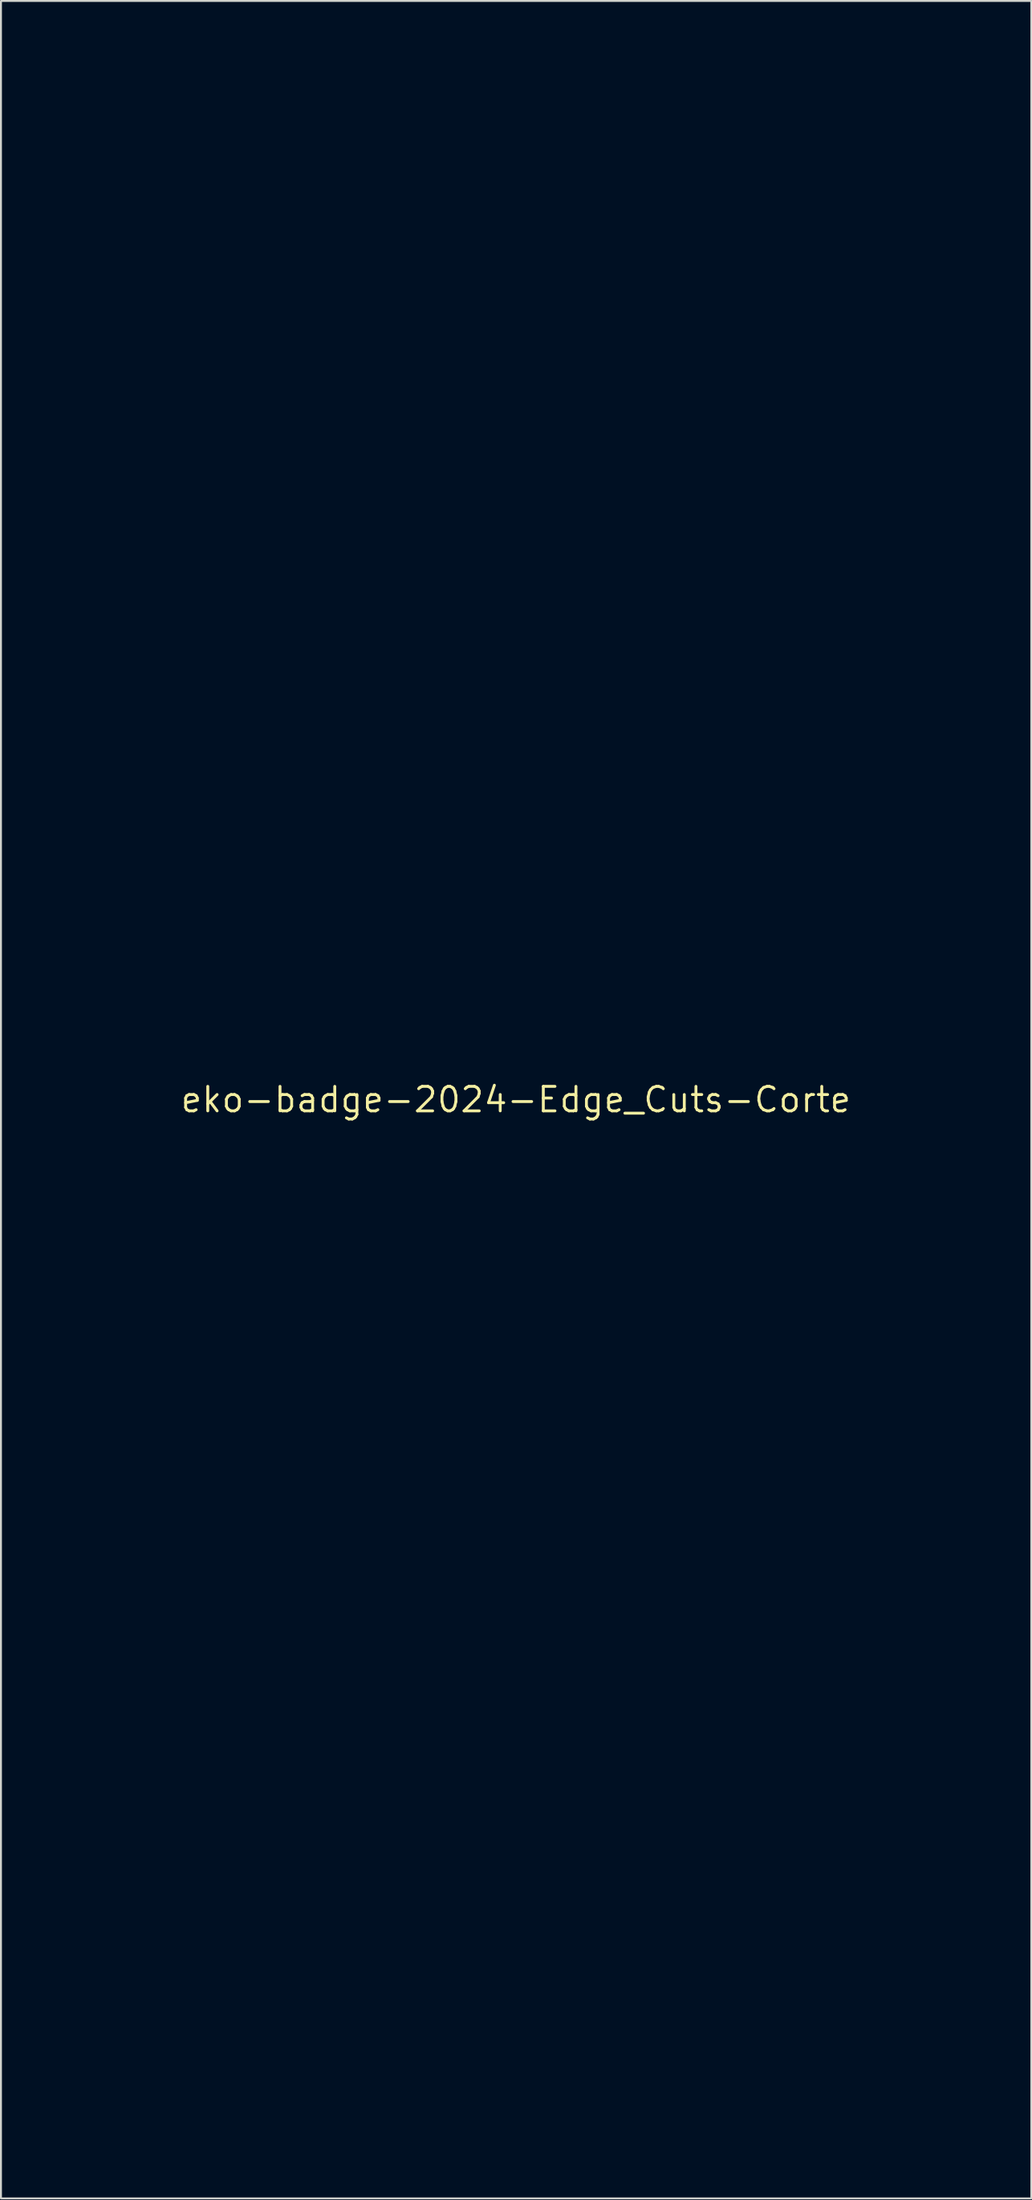
<source format=kicad_pcb>
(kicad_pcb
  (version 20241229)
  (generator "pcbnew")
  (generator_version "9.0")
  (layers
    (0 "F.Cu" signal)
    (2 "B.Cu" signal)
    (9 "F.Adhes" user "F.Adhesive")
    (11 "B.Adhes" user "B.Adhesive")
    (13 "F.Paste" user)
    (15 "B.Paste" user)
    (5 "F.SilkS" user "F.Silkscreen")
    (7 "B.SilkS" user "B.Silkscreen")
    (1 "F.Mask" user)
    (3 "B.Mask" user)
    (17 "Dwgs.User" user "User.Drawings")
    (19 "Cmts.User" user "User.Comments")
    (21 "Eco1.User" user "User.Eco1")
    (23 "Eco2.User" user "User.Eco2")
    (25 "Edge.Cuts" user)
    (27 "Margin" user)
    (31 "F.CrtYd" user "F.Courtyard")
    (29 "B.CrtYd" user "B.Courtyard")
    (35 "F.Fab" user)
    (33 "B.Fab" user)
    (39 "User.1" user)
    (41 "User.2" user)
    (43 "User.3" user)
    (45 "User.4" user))
  (footprint "eko-badge-2024-Edge_Cuts-Corte"
    (layer "F.Cu")
    (at 23.731 54.001)
    (property "Reference" "eko-badge-2024-Edge_Cuts-Corte" (at 0 0 0) (layer "F.SilkS") (effects (font (size 1.27 1.27) (thickness 0.15))))
    (attr through_hole)
    (fp_poly (pts (xy 19.688 -53.977) (xy 19.915 -53.921) (xy 20.122 -53.828) (xy 20.309 -53.7) (xy 20.474 -53.537) (xy 20.617 -53.34) (xy 20.736 -53.109) (xy 20.831 -52.847) (xy 20.899 -52.566) (xy 20.914 -52.483) (xy 20.932 -52.371) (xy 20.951 -52.243) (xy 20.97 -52.111) (xy 20.976 -52.07) (xy 20.996 -51.934) (xy 21.022 -51.792) (xy 21.049 -51.659) (xy 21.075 -51.55) (xy 21.081 -51.528) (xy 21.132 -51.341) (xy 21.18 -51.139) (xy 21.229 -50.916) (xy 21.279 -50.663) (xy 21.326 -50.408) (xy 21.353 -50.257) (xy 21.385 -50.077) (xy 21.42 -49.883) (xy 21.455 -49.689) (xy 21.488 -49.507) (xy 21.495 -49.467) (xy 21.567 -49.048) (xy 21.629 -48.656) (xy 21.68 -48.28) (xy 21.723 -47.907) (xy 21.759 -47.523) (xy 21.791 -47.117) (xy 21.811 -46.828) (xy 21.829 -46.576) (xy 21.846 -46.355) (xy 21.862 -46.16) (xy 21.877 -45.986) (xy 21.892 -45.826) (xy 21.908 -45.676) (xy 21.924 -45.53) (xy 21.942 -45.382) (xy 21.963 -45.227) (xy 21.982 -45.084) (xy 22.014 -44.839) (xy 22.041 -44.588) (xy 22.064 -44.324) (xy 22.083 -44.041) (xy 22.1 -43.733) (xy 22.114 -43.391) (xy 22.119 -43.226) (xy 22.127 -42.971) (xy 22.13 -42.734) (xy 22.13 -42.508) (xy 22.127 -42.284) (xy 22.119 -42.056) (xy 22.107 -41.815) (xy 22.091 -41.555) (xy 22.069 -41.267) (xy 22.044 -40.958) (xy 22.022 -40.7) (xy 22.002 -40.478) (xy 21.982 -40.283) (xy 21.963 -40.107) (xy 21.942 -39.943) (xy 21.921 -39.783) (xy 21.896 -39.62) (xy 21.868 -39.446) (xy 21.866 -39.434) (xy 21.83 -39.218) (xy 21.802 -39.037) (xy 21.779 -38.882) (xy 21.761 -38.747) (xy 21.746 -38.623) (xy 21.735 -38.503) (xy 21.726 -38.38) (xy 21.718 -38.246) (xy 21.716 -38.221) (xy 21.701 -37.992) (xy 21.68 -37.77) (xy 21.651 -37.547) (xy 21.614 -37.311) (xy 21.567 -37.054) (xy 21.514 -36.788) (xy 21.481 -36.627) (xy 21.446 -36.455) (xy 21.411 -36.285) (xy 21.381 -36.13) (xy 21.356 -36.005) (xy 21.257 -35.537) (xy 21.144 -35.091) (xy 21.011 -34.648) (xy 20.86 -34.207) (xy 20.817 -34.087) (xy 20.781 -33.983) (xy 20.752 -33.888) (xy 20.728 -33.795) (xy 20.706 -33.696) (xy 20.685 -33.584) (xy 20.663 -33.451) (xy 20.64 -33.289) (xy 20.617 -33.131) (xy 20.58 -32.883) (xy 20.543 -32.667) (xy 20.502 -32.477) (xy 20.456 -32.303) (xy 20.403 -32.137) (xy 20.341 -31.97) (xy 20.29 -31.848) (xy 20.24 -31.729) (xy 20.179 -31.581) (xy 20.112 -31.418) (xy 20.045 -31.251) (xy 19.981 -31.091) (xy 19.97 -31.062) (xy 19.913 -30.923) (xy 19.84 -30.753) (xy 19.755 -30.558) (xy 19.66 -30.345) (xy 19.559 -30.12) (xy 19.454 -29.892) (xy 19.348 -29.665) (xy 19.245 -29.447) (xy 19.148 -29.244) (xy 19.06 -29.063) (xy 18.983 -28.911) (xy 18.965 -28.877) (xy 18.905 -28.767) (xy 18.827 -28.627) (xy 18.734 -28.465) (xy 18.629 -28.285) (xy 18.517 -28.096) (xy 18.401 -27.902) (xy 18.286 -27.711) (xy 18.174 -27.529) (xy 18.07 -27.361) (xy 17.977 -27.216) (xy 17.932 -27.146) (xy 17.845 -27.01) (xy 17.75 -26.856) (xy 17.656 -26.699) (xy 17.573 -26.554) (xy 17.535 -26.486) (xy 17.471 -26.371) (xy 17.409 -26.259) (xy 17.352 -26.161) (xy 17.308 -26.085) (xy 17.287 -26.052) (xy 17.223 -25.958) (xy 17.145 -25.854) (xy 17.062 -25.751) (xy 16.982 -25.658) (xy 16.912 -25.584) (xy 16.87 -25.546) (xy 16.828 -25.508) (xy 16.8 -25.468) (xy 16.779 -25.414) (xy 16.76 -25.332) (xy 16.757 -25.319) (xy 16.718 -25.112) (xy 16.687 -24.905) (xy 16.666 -24.693) (xy 16.653 -24.471) (xy 16.648 -24.233) (xy 16.652 -23.976) (xy 16.665 -23.693) (xy 16.685 -23.38) (xy 16.714 -23.031) (xy 16.721 -22.955) (xy 16.744 -22.703) (xy 16.765 -22.475) (xy 16.783 -22.263) (xy 16.8 -22.059) (xy 16.815 -21.857) (xy 16.831 -21.647) (xy 16.847 -21.422) (xy 16.863 -21.175) (xy 16.881 -20.897) (xy 16.891 -20.743) (xy 16.912 -20.412) (xy 16.932 -20.119) (xy 16.949 -19.859) (xy 16.966 -19.629) (xy 16.982 -19.423) (xy 16.998 -19.239) (xy 17.013 -19.071) (xy 17.029 -18.915) (xy 17.045 -18.767) (xy 17.061 -18.634) (xy 17.08 -18.485) (xy 17.096 -18.371) (xy 17.113 -18.287) (xy 17.131 -18.225) (xy 17.151 -18.179) (xy 17.177 -18.142) (xy 17.192 -18.124) (xy 17.237 -18.076) (xy 19.338 -18.076) (xy 19.684 -18.076) (xy 19.99 -18.076) (xy 20.259 -18.076) (xy 20.493 -18.075) (xy 20.696 -18.075) (xy 20.869 -18.074) (xy 21.016 -18.072) (xy 21.138 -18.071) (xy 21.239 -18.069) (xy 21.321 -18.066) (xy 21.386 -18.063) (xy 21.438 -18.059) (xy 21.478 -18.055) (xy 21.51 -18.05) (xy 21.536 -18.045) (xy 21.559 -18.039) (xy 21.562 -18.038) (xy 21.735 -17.962) (xy 21.888 -17.853) (xy 22.015 -17.715) (xy 22.112 -17.554) (xy 22.175 -17.375) (xy 22.183 -17.338) (xy 22.187 -17.294) (xy 22.19 -17.212) (xy 22.194 -17.097) (xy 22.197 -16.952) (xy 22.199 -16.782) (xy 22.201 -16.591) (xy 22.202 -16.384) (xy 22.203 -16.164) (xy 22.204 -15.937) (xy 22.204 -15.707) (xy 22.204 -15.477) (xy 22.203 -15.252) (xy 22.202 -15.037) (xy 22.2 -14.835) (xy 22.198 -14.651) (xy 22.196 -14.49) (xy 22.193 -14.355) (xy 22.189 -14.252) (xy 22.185 -14.183) (xy 22.183 -14.16) (xy 22.126 -13.975) (xy 22.032 -13.807) (xy 21.951 -13.709) (xy 21.84 -13.606) (xy 21.721 -13.528) (xy 21.587 -13.474) (xy 21.432 -13.439) (xy 21.248 -13.422) (xy 21.123 -13.42) (xy 20.855 -13.42) (xy 20.843 -13.192) (xy 20.814 -12.954) (xy 20.75 -12.74) (xy 20.653 -12.55) (xy 20.519 -12.381) (xy 20.381 -12.255) (xy 20.28 -12.175) (xy 20.376 -12.151) (xy 20.545 -12.09) (xy 20.712 -11.996) (xy 20.869 -11.876) (xy 21.005 -11.738) (xy 21.112 -11.59) (xy 21.142 -11.534) (xy 21.224 -11.318) (xy 21.27 -11.088) (xy 21.277 -10.851) (xy 21.246 -10.614) (xy 21.232 -10.553) (xy 21.188 -10.386) (xy 21.438 -10.13) (xy 21.554 -10.009) (xy 21.661 -9.892) (xy 21.763 -9.773) (xy 21.865 -9.647) (xy 21.971 -9.509) (xy 22.084 -9.352) (xy 22.209 -9.173) (xy 22.351 -8.964) (xy 22.414 -8.87) (xy 22.554 -8.661) (xy 22.672 -8.482) (xy 22.772 -8.329) (xy 22.856 -8.196) (xy 22.928 -8.079) (xy 22.99 -7.974) (xy 23.046 -7.875) (xy 23.098 -7.778) (xy 23.144 -7.686) (xy 23.222 -7.525) (xy 23.289 -7.373) (xy 23.346 -7.224) (xy 23.397 -7.069) (xy 23.443 -6.901) (xy 23.488 -6.712) (xy 23.532 -6.494) (xy 23.567 -6.308) (xy 23.609 -6.08) (xy 23.643 -5.886) (xy 23.67 -5.722) (xy 23.692 -5.579) (xy 23.708 -5.452) (xy 23.721 -5.334) (xy 23.73 -5.219) (xy 23.736 -5.1) (xy 23.741 -4.97) (xy 23.743 -4.904) (xy 23.746 -4.686) (xy 23.744 -4.5) (xy 23.734 -4.34) (xy 23.717 -4.195) (xy 23.692 -4.056) (xy 23.657 -3.916) (xy 23.654 -3.907) (xy 23.611 -3.763) (xy 23.564 -3.634) (xy 23.511 -3.514) (xy 23.447 -3.395) (xy 23.368 -3.271) (xy 23.269 -3.135) (xy 23.148 -2.978) (xy 23.079 -2.893) (xy 22.923 -2.7) (xy 22.792 -2.536) (xy 22.684 -2.397) (xy 22.595 -2.28) (xy 22.523 -2.18) (xy 22.465 -2.094) (xy 22.42 -2.019) (xy 22.384 -1.951) (xy 22.355 -1.885) (xy 22.33 -1.819) (xy 22.327 -1.81) (xy 22.31 -1.753) (xy 22.299 -1.693) (xy 22.294 -1.624) (xy 22.295 -1.54) (xy 22.301 -1.438) (xy 22.315 -1.311) (xy 22.335 -1.154) (xy 22.362 -0.963) (xy 22.373 -0.889) (xy 22.415 -0.567) (xy 22.442 -0.279) (xy 22.453 -0.021) (xy 22.447 0.212) (xy 22.426 0.424) (xy 22.389 0.62) (xy 22.382 0.649) (xy 22.296 0.91) (xy 22.175 1.154) (xy 22.021 1.374) (xy 21.916 1.492) (xy 21.789 1.609) (xy 21.628 1.738) (xy 21.437 1.878) (xy 21.221 2.024) (xy 20.984 2.173) (xy 20.732 2.322) (xy 20.468 2.468) (xy 20.448 2.479) (xy 20.336 2.54) (xy 20.238 2.595) (xy 20.161 2.641) (xy 20.108 2.674) (xy 20.087 2.692) (xy 20.087 2.693) (xy 20.091 2.719) (xy 20.102 2.78) (xy 20.119 2.868) (xy 20.14 2.976) (xy 20.16 3.076) (xy 20.221 3.401) (xy 20.266 3.691) (xy 20.296 3.953) (xy 20.311 4.192) (xy 20.313 4.413) (xy 20.3 4.621) (xy 20.3 4.625) (xy 20.274 4.85) (xy 20.239 5.039) (xy 20.194 5.198) (xy 20.133 5.333) (xy 20.055 5.451) (xy 19.957 5.558) (xy 19.835 5.659) (xy 19.741 5.724) (xy 19.592 5.816) (xy 19.441 5.895) (xy 19.277 5.964) (xy 19.094 6.027) (xy 18.881 6.087) (xy 18.772 6.114) (xy 18.533 6.173) (xy 18.358 6.542) (xy 18.167 6.948) (xy 17.995 7.321) (xy 17.842 7.662) (xy 17.705 7.974) (xy 17.584 8.261) (xy 17.478 8.525) (xy 17.385 8.769) (xy 17.305 8.996) (xy 17.236 9.209) (xy 17.177 9.41) (xy 17.127 9.603) (xy 17.09 9.765) (xy 17.065 9.897) (xy 17.047 10.027) (xy 17.034 10.167) (xy 17.026 10.332) (xy 17.025 10.382) (xy 17.014 10.742) (xy 17.176 11.451) (xy 17.262 11.833) (xy 17.337 12.178) (xy 17.401 12.491) (xy 17.456 12.774) (xy 17.501 13.031) (xy 17.538 13.268) (xy 17.566 13.486) (xy 17.586 13.691) (xy 17.6 13.886) (xy 17.606 14.075) (xy 17.607 14.262) (xy 17.602 14.446) (xy 17.593 14.67) (xy 17.584 14.857) (xy 17.576 15.011) (xy 17.568 15.136) (xy 17.558 15.238) (xy 17.547 15.322) (xy 17.534 15.392) (xy 17.518 15.452) (xy 17.498 15.508) (xy 17.475 15.564) (xy 17.461 15.595) (xy 17.381 15.734) (xy 17.272 15.863) (xy 17.144 15.976) (xy 17.003 16.069) (xy 16.858 16.134) (xy 16.716 16.168) (xy 16.663 16.171) (xy 16.616 16.176) (xy 16.597 16.197) (xy 16.595 16.225) (xy 16.598 16.277) (xy 16.608 16.367) (xy 16.624 16.492) (xy 16.646 16.648) (xy 16.672 16.833) (xy 16.703 17.042) (xy 16.738 17.273) (xy 16.776 17.522) (xy 16.817 17.786) (xy 16.86 18.06) (xy 16.905 18.343) (xy 16.951 18.629) (xy 16.998 18.917) (xy 17.044 19.203) (xy 17.09 19.482) (xy 17.135 19.753) (xy 17.179 20.011) (xy 17.221 20.253) (xy 17.259 20.475) (xy 17.295 20.675) (xy 17.327 20.849) (xy 17.355 20.993) (xy 17.368 21.058) (xy 17.495 21.642) (xy 17.637 22.222) (xy 17.791 22.794) (xy 17.955 23.352) (xy 18.129 23.89) (xy 18.309 24.404) (xy 18.496 24.888) (xy 18.687 25.337) (xy 18.769 25.516) (xy 18.837 25.663) (xy 18.89 25.779) (xy 18.929 25.874) (xy 18.957 25.955) (xy 18.976 26.031) (xy 18.987 26.109) (xy 18.992 26.2) (xy 18.994 26.31) (xy 18.995 26.448) (xy 18.995 26.592) (xy 18.994 26.703) (xy 18.991 26.787) (xy 18.984 26.854) (xy 18.974 26.912) (xy 18.96 26.968) (xy 18.948 27.009) (xy 18.865 27.216) (xy 18.754 27.405) (xy 18.619 27.57) (xy 18.465 27.704) (xy 18.33 27.786) (xy 18.183 27.848) (xy 18.021 27.897) (xy 17.859 27.929) (xy 17.724 27.94) (xy 17.677 27.939) (xy 17.641 27.939) (xy 17.616 27.946) (xy 17.6 27.965) (xy 17.594 28) (xy 17.594 28.057) (xy 17.601 28.141) (xy 17.614 28.256) (xy 17.632 28.408) (xy 17.633 28.416) (xy 17.669 28.714) (xy 17.714 29.049) (xy 17.767 29.416) (xy 17.827 29.813) (xy 17.893 30.235) (xy 17.966 30.678) (xy 18.043 31.138) (xy 18.125 31.61) (xy 18.21 32.091) (xy 18.299 32.576) (xy 18.389 33.062) (xy 18.481 33.544) (xy 18.574 34.019) (xy 18.666 34.482) (xy 18.758 34.929) (xy 18.848 35.356) (xy 18.936 35.759) (xy 18.97 35.909) (xy 19.009 36.081) (xy 19.039 36.218) (xy 19.061 36.328) (xy 19.077 36.418) (xy 19.088 36.495) (xy 19.095 36.566) (xy 19.098 36.638) (xy 19.1 36.718) (xy 19.1 36.767) (xy 19.097 36.938) (xy 19.084 37.08) (xy 19.059 37.206) (xy 19.019 37.328) (xy 18.962 37.46) (xy 18.954 37.476) (xy 18.833 37.678) (xy 18.678 37.857) (xy 18.488 38.012) (xy 18.263 38.144) (xy 18.002 38.254) (xy 17.849 38.303) (xy 17.851 38.321) (xy 17.878 38.366) (xy 17.927 38.433) (xy 17.995 38.517) (xy 18.004 38.528) (xy 18.297 38.905) (xy 18.574 39.316) (xy 18.834 39.757) (xy 19.075 40.221) (xy 19.292 40.703) (xy 19.484 41.197) (xy 19.648 41.697) (xy 19.782 42.198) (xy 19.841 42.472) (xy 19.882 42.688) (xy 19.914 42.876) (xy 19.937 43.047) (xy 19.953 43.212) (xy 19.963 43.384) (xy 19.968 43.574) (xy 19.969 43.752) (xy 19.967 43.973) (xy 19.961 44.16) (xy 19.95 44.32) (xy 19.932 44.462) (xy 19.908 44.592) (xy 19.876 44.718) (xy 19.868 44.743) (xy 19.854 44.807) (xy 19.853 44.87) (xy 19.866 44.95) (xy 19.869 44.965) (xy 19.889 45.099) (xy 19.898 45.257) (xy 19.897 45.425) (xy 19.886 45.587) (xy 19.866 45.729) (xy 19.855 45.773) (xy 19.775 46.008) (xy 19.659 46.219) (xy 19.51 46.405) (xy 19.326 46.566) (xy 19.107 46.702) (xy 18.855 46.814) (xy 18.77 46.843) (xy 18.627 46.89) (xy 18.664 46.937) (xy 18.89 47.236) (xy 19.086 47.514) (xy 19.256 47.775) (xy 19.404 48.025) (xy 19.531 48.271) (xy 19.641 48.517) (xy 19.737 48.769) (xy 19.823 49.034) (xy 19.841 49.096) (xy 19.909 49.358) (xy 19.963 49.622) (xy 20.002 49.891) (xy 20.027 50.17) (xy 20.038 50.464) (xy 20.035 50.776) (xy 20.017 51.11) (xy 19.985 51.471) (xy 19.939 51.864) (xy 19.879 52.291) (xy 19.874 52.324) (xy 19.83 52.613) (xy 19.794 52.864) (xy 19.763 53.081) (xy 19.738 53.268) (xy 19.718 53.427) (xy 19.703 53.564) (xy 19.693 53.682) (xy 19.69 53.71) (xy 19.674 53.922) (xy 13.335 53.936) (xy 11.861 53.94) (xy 10.413 53.943) (xy 8.991 53.946) (xy 7.597 53.949) (xy 6.23 53.952) (xy 4.892 53.955) (xy 3.581 53.958) (xy 2.299 53.96) (xy 1.046 53.963) (xy -0.178 53.965) (xy -1.372 53.968) (xy -2.535 53.97) (xy -3.669 53.972) (xy -4.771 53.974) (xy -5.842 53.976) (xy -6.882 53.978) (xy -7.889 53.98) (xy -8.864 53.982) (xy -9.807 53.983) (xy -10.716 53.985) (xy -11.592 53.986) (xy -12.434 53.988) (xy -13.242 53.989) (xy -14.015 53.99) (xy -14.753 53.991) (xy -15.456 53.992) (xy -16.123 53.993) (xy -16.753 53.994) (xy -17.348 53.994) (xy -17.905 53.995) (xy -18.425 53.995) (xy -18.908 53.995) (xy -19.353 53.996) (xy -19.759 53.996) (xy -20.126 53.996) (xy -20.455 53.995) (xy -20.744 53.995) (xy -20.993 53.995) (xy -21.201 53.994) (xy -21.369 53.994) (xy -21.496 53.993) (xy -21.582 53.992) (xy -21.626 53.991) (xy -21.632 53.991) (xy -21.636 53.969) (xy -21.647 53.914) (xy -21.662 53.834) (xy -21.681 53.735) (xy -21.684 53.721) (xy -21.774 53.149) (xy -21.823 52.569) (xy -21.831 51.984) (xy -21.798 51.393) (xy -21.725 50.799) (xy -21.709 50.715) (xy -11.832 50.715) (xy -11.832 53.192) (xy 10.901 53.192) (xy 10.901 50.715) (xy -11.832 50.715) (xy -21.709 50.715) (xy -21.61 50.203) (xy -21.456 49.607) (xy -21.261 49.013) (xy -21.196 48.84) (xy -21.082 48.541) (xy -21.133 48.237) (xy -21.187 47.807) (xy -21.201 47.389) (xy -21.176 46.983) (xy -21.113 46.592) (xy -21.021 46.249) (xy -20.962 46.065) (xy -21.055 45.941) (xy -21.177 45.759) (xy -21.264 45.575) (xy -21.322 45.379) (xy -21.351 45.163) (xy -21.356 44.992) (xy -21.349 44.789) (xy -21.327 44.612) (xy -21.288 44.446) (xy -21.251 44.334) (xy -21.223 44.236) (xy -21.216 44.142) (xy -21.23 44.047) (xy -21.268 43.943) (xy -21.332 43.826) (xy -21.424 43.688) (xy -21.49 43.599) (xy -21.615 43.425) (xy -21.714 43.273) (xy -21.791 43.134) (xy -21.848 43.002) (xy -21.891 42.869) (xy -21.919 42.743) (xy -21.941 42.602) (xy -21.948 42.471) (xy -21.94 42.336) (xy -21.917 42.177) (xy -21.872 41.965) (xy -21.814 41.768) (xy -21.739 41.576) (xy -21.641 41.378) (xy -21.517 41.165) (xy -21.474 41.095) (xy -21.35 40.891) (xy -21.251 40.707) (xy -21.174 40.533) (xy -21.115 40.359) (xy -21.07 40.175) (xy -21.034 39.97) (xy -21.03 39.937) (xy -21.006 39.796) (xy -20.977 39.681) (xy -20.936 39.58) (xy -20.877 39.481) (xy -20.796 39.373) (xy -20.733 39.298) (xy -20.667 39.22) (xy -20.61 39.15) (xy -20.568 39.095) (xy -20.55 39.068) (xy -20.538 39.03) (xy -20.525 38.961) (xy -20.51 38.869) (xy -20.498 38.768) (xy -20.462 38.519) (xy -20.411 38.301) (xy -20.342 38.104) (xy -20.251 37.919) (xy -20.134 37.737) (xy -20.1 37.689) (xy -19.981 37.529) (xy -19.981 37.354) (xy -19.972 37.139) (xy -19.947 36.911) (xy -19.908 36.694) (xy -19.898 36.651) (xy -19.861 36.494) (xy -20.038 36.439) (xy -20.225 36.369) (xy -20.411 36.278) (xy -20.589 36.171) (xy -20.752 36.053) (xy -20.894 35.929) (xy -21.007 35.803) (xy -21.081 35.688) (xy -21.124 35.582) (xy -21.156 35.457) (xy -21.176 35.329) (xy -21.179 35.216) (xy -21.177 35.19) (xy -21.163 35.098) (xy -21.144 34.997) (xy -21.12 34.885) (xy -21.09 34.759) (xy -21.052 34.615) (xy -21.006 34.452) (xy -20.952 34.267) (xy -20.888 34.057) (xy -20.814 33.818) (xy -20.728 33.55) (xy -20.631 33.249) (xy -20.521 32.911) (xy -20.453 32.703) (xy -20.378 32.476) (xy -20.307 32.256) (xy -20.239 32.047) (xy -20.176 31.854) (xy -20.12 31.681) (xy -20.072 31.531) (xy -20.034 31.409) (xy -20.006 31.319) (xy -19.989 31.265) (xy -19.989 31.263) (xy -19.96 31.151) (xy -19.931 31.029) (xy -19.903 30.89) (xy -19.875 30.731) (xy -19.844 30.544) (xy -19.81 30.325) (xy -19.78 30.12) (xy -19.75 29.909) (xy -19.724 29.735) (xy -19.703 29.593) (xy -19.684 29.479) (xy -19.669 29.386) (xy -19.655 29.311) (xy -19.651 29.291) (xy -19.649 29.259) (xy -19.662 29.234) (xy -19.697 29.207) (xy -19.763 29.17) (xy -19.769 29.166) (xy -19.934 29.055) (xy -20.075 28.913) (xy -20.187 28.746) (xy -20.267 28.56) (xy -20.311 28.36) (xy -20.32 28.224) (xy -20.316 28.135) (xy -20.304 28.044) (xy -20.28 27.943) (xy -20.244 27.823) (xy -20.193 27.677) (xy -20.161 27.591) (xy -20.124 27.492) (xy -20.077 27.361) (xy -20.022 27.207) (xy -19.962 27.039) (xy -19.901 26.865) (xy -19.842 26.693) (xy -19.837 26.681) (xy -19.722 26.347) (xy -19.618 26.05) (xy -19.526 25.787) (xy -19.442 25.553) (xy -19.367 25.346) (xy -19.298 25.162) (xy -19.234 24.997) (xy -19.175 24.849) (xy -19.118 24.713) (xy -19.063 24.586) (xy -19.008 24.466) (xy -18.952 24.347) (xy -18.924 24.289) (xy -18.758 23.95) (xy -18.802 23.791) (xy -18.825 23.678) (xy -18.84 23.535) (xy -18.849 23.372) (xy -18.851 23.203) (xy -18.845 23.038) (xy -18.832 22.89) (xy -18.812 22.768) (xy -18.809 22.754) (xy -18.764 22.597) (xy -18.711 22.446) (xy -18.647 22.292) (xy -18.566 22.129) (xy -18.468 21.95) (xy -18.347 21.748) (xy -18.287 21.652) (xy -18.217 21.538) (xy -18.15 21.429) (xy -18.093 21.332) (xy -18.049 21.256) (xy -18.027 21.215) (xy -18.007 21.167) (xy -17.979 21.084) (xy -17.946 20.972) (xy -17.907 20.84) (xy -17.867 20.692) (xy -17.826 20.536) (xy -17.824 20.529) (xy -17.774 20.337) (xy -17.718 20.121) (xy -17.659 19.895) (xy -17.601 19.674) (xy -17.547 19.473) (xy -17.525 19.389) (xy -17.442 19.074) (xy -17.372 18.797) (xy -17.314 18.552) (xy -17.266 18.336) (xy -17.229 18.146) (xy -17.201 17.977) (xy -17.197 17.949) (xy -17.173 17.799) (xy -17.139 17.61) (xy -17.094 17.384) (xy -17.041 17.124) (xy -16.978 16.832) (xy -16.906 16.51) (xy -16.903 16.495) (xy -16.844 16.23) (xy -16.797 16.001) (xy -16.761 15.802) (xy -16.736 15.628) (xy -16.721 15.474) (xy -16.717 15.336) (xy -16.723 15.207) (xy -16.74 15.082) (xy -16.766 14.957) (xy -16.801 14.826) (xy -16.831 14.732) (xy -16.854 14.662) (xy -16.872 14.61) (xy -16.882 14.587) (xy -16.882 14.587) (xy -16.902 14.592) (xy -16.951 14.612) (xy -17.017 14.643) (xy -17.03 14.649) (xy -17.192 14.707) (xy -17.37 14.732) (xy -17.552 14.723) (xy -17.727 14.682) (xy -17.875 14.614) (xy -17.96 14.557) (xy -18.04 14.488) (xy -18.117 14.401) (xy -18.195 14.293) (xy -18.278 14.158) (xy -18.37 13.991) (xy -18.435 13.865) (xy -18.65 13.397) (xy -18.828 12.915) (xy -18.97 12.415) (xy -19.078 11.893) (xy -19.125 11.578) (xy -19.141 11.432) (xy -19.153 11.252) (xy -19.163 11.05) (xy -19.17 10.833) (xy -19.173 10.612) (xy -19.173 10.396) (xy -19.169 10.194) (xy -19.162 10.017) (xy -19.157 9.948) (xy -19.091 9.318) (xy -18.987 8.692) (xy -18.845 8.069) (xy -18.665 7.445) (xy -18.445 6.817) (xy -18.186 6.183) (xy -18.083 5.955) (xy -17.946 5.655) (xy -18.052 5.516) (xy -18.104 5.448) (xy -18.146 5.39) (xy -18.172 5.353) (xy -18.176 5.348) (xy -18.196 5.335) (xy -18.242 5.325) (xy -18.319 5.316) (xy -18.431 5.309) (xy -18.5 5.306) (xy -18.79 5.282) (xy -19.052 5.235) (xy -19.296 5.162) (xy -19.532 5.06) (xy -19.671 4.986) (xy -19.919 4.822) (xy -20.136 4.63) (xy -20.319 4.412) (xy -20.469 4.171) (xy -20.583 3.907) (xy -20.631 3.751) (xy -20.656 3.644) (xy -20.674 3.535) (xy -20.684 3.418) (xy -20.688 3.289) (xy -20.684 3.142) (xy -20.672 2.973) (xy -20.653 2.776) (xy -20.626 2.546) (xy -20.599 2.337) (xy -20.562 2.067) (xy -20.53 1.835) (xy -20.501 1.64) (xy -20.476 1.479) (xy -20.455 1.35) (xy -20.436 1.249) (xy -20.434 1.244) (xy -20.43 1.207) (xy -20.443 1.19) (xy -20.484 1.185) (xy -20.509 1.185) (xy -20.568 1.191) (xy -20.622 1.213) (xy -20.688 1.258) (xy -20.707 1.273) (xy -20.788 1.331) (xy -20.878 1.387) (xy -20.934 1.416) (xy -20.99 1.44) (xy -21.042 1.456) (xy -21.102 1.465) (xy -21.18 1.47) (xy -21.289 1.471) (xy -21.294 1.471) (xy -21.402 1.47) (xy -21.479 1.467) (xy -21.538 1.458) (xy -21.591 1.443) (xy -21.648 1.418) (xy -21.675 1.406) (xy -21.853 1.3) (xy -22.023 1.158) (xy -22.181 0.985) (xy -22.323 0.787) (xy -22.443 0.569) (xy -22.537 0.338) (xy -22.54 0.329) (xy -22.572 0.22) (xy -22.606 0.09) (xy -22.636 -0.044) (xy -22.651 -0.121) (xy -22.661 -0.177) (xy -22.669 -0.231) (xy -22.676 -0.286) (xy -22.682 -0.347) (xy -22.686 -0.418) (xy -22.69 -0.503) (xy -22.692 -0.606) (xy -22.694 -0.731) (xy -22.695 -0.881) (xy -22.696 -1.062) (xy -22.696 -1.276) (xy -22.696 -1.529) (xy -22.696 -1.545) (xy -22.696 -1.821) (xy -22.695 -2.059) (xy -22.693 -2.263) (xy -22.69 -2.439) (xy -22.686 -2.59) (xy -22.68 -2.721) (xy -22.672 -2.837) (xy -22.661 -2.942) (xy -22.647 -3.041) (xy -22.631 -3.137) (xy -22.61 -3.237) (xy -22.586 -3.343) (xy -22.558 -3.461) (xy -22.551 -3.489) (xy -22.517 -3.618) (xy -22.47 -3.778) (xy -22.413 -3.959) (xy -22.351 -4.153) (xy -22.284 -4.349) (xy -22.217 -4.54) (xy -22.152 -4.715) (xy -22.132 -4.768) (xy -22.108 -4.837) (xy -22.093 -4.888) (xy -22.092 -4.91) (xy -22.093 -4.911) (xy -22.117 -4.903) (xy -22.172 -4.88) (xy -22.248 -4.848) (xy -22.326 -4.813) (xy -22.431 -4.77) (xy -22.538 -4.732) (xy -22.633 -4.703) (xy -22.681 -4.693) (xy -22.859 -4.683) (xy -23.04 -4.71) (xy -23.214 -4.772) (xy -23.372 -4.865) (xy -23.476 -4.955) (xy -23.592 -5.1) (xy -23.672 -5.258) (xy -23.717 -5.433) (xy -23.726 -5.627) (xy -23.701 -5.843) (xy -23.675 -5.961) (xy -23.576 -6.292) (xy -23.444 -6.615) (xy -23.279 -6.931) (xy -23.079 -7.242) (xy -22.843 -7.549) (xy -22.571 -7.854) (xy -22.26 -8.158) (xy -21.91 -8.463) (xy -21.519 -8.771) (xy -21.406 -8.855) (xy -21.084 -9.091) (xy -21.096 -9.25) (xy -21.098 -9.379) (xy -21.081 -9.507) (xy -21.043 -9.643) (xy -20.982 -9.797) (xy -20.946 -9.877) (xy -20.823 -10.11) (xy -20.682 -10.327) (xy -20.53 -10.521) (xy -20.373 -10.684) (xy -20.31 -10.739) (xy -20.195 -10.832) (xy -20.248 -10.882) (xy -20.283 -10.925) (xy -20.327 -10.993) (xy -20.371 -11.073) (xy -20.379 -11.09) (xy -20.458 -11.248) (xy -20.471 -12.023) (xy -20.75 -12.023) (xy -20.869 -12.025) (xy -20.988 -12.029) (xy -21.091 -12.037) (xy -21.165 -12.045) (xy -21.353 -12.096) (xy -21.523 -12.184) (xy -21.669 -12.306) (xy -21.789 -12.459) (xy -21.839 -12.547) (xy -21.918 -12.708) (xy -21.933 -13.42) (xy -22.223 -13.42) (xy -22.427 -13.426) (xy -22.598 -13.447) (xy -22.742 -13.484) (xy -22.866 -13.541) (xy -22.978 -13.618) (xy -23.07 -13.705) (xy -23.149 -13.797) (xy -23.211 -13.891) (xy -23.258 -13.993) (xy -23.293 -14.111) (xy -23.317 -14.251) (xy -23.332 -14.421) (xy -23.34 -14.584) (xy -23.344 -14.788) (xy -23.34 -14.989) (xy -23.327 -15.206) (xy -23.316 -15.349) (xy -23.298 -15.573) (xy -23.289 -15.768) (xy -23.288 -15.943) (xy -23.292 -16.047) (xy -23.302 -16.251) (xy -23.31 -16.416) (xy -23.315 -16.55) (xy -23.319 -16.655) (xy -23.321 -16.738) (xy -23.32 -16.803) (xy -23.318 -16.855) (xy -23.314 -16.898) (xy -23.308 -16.938) (xy -23.299 -16.979) (xy -23.297 -16.993) (xy -23.242 -17.187) (xy -23.161 -17.359) (xy -23.048 -17.521) (xy -22.926 -17.654) (xy -22.8 -17.768) (xy -22.67 -17.864) (xy -22.531 -17.942) (xy -22.379 -18.003) (xy -22.209 -18.049) (xy -22.018 -18.081) (xy -21.8 -18.1) (xy -21.552 -18.106) (xy -21.269 -18.101) (xy -21.145 -18.097) (xy -21.035 -18.093) (xy -20.888 -18.09) (xy -20.707 -18.087) (xy -20.499 -18.084) (xy -20.267 -18.083) (xy -20.018 -18.081) (xy -19.755 -18.08) (xy -19.483 -18.08) (xy -19.207 -18.08) (xy -19.043 -18.081) (xy -17.459 -18.087) (xy -17.396 -18.235) (xy -17.303 -18.42) (xy -17.181 -18.61) (xy -17.039 -18.792) (xy -16.887 -18.954) (xy -16.872 -18.969) (xy -16.794 -19.043) (xy -16.723 -19.112) (xy -16.668 -19.168) (xy -16.638 -19.202) (xy -16.594 -19.259) (xy -16.647 -19.442) (xy -16.693 -19.674) (xy -16.702 -19.919) (xy -16.673 -20.169) (xy -16.646 -20.291) (xy -16.623 -20.382) (xy -16.603 -20.459) (xy -16.591 -20.512) (xy -16.588 -20.529) (xy -16.603 -20.548) (xy -16.656 -20.572) (xy -16.747 -20.601) (xy -16.806 -20.617) (xy -17.156 -20.725) (xy -17.469 -20.854) (xy -17.745 -21.004) (xy -17.986 -21.176) (xy -18.191 -21.37) (xy -18.361 -21.585) (xy -18.495 -21.823) (xy -18.561 -21.983) (xy -18.629 -22.224) (xy -18.658 -22.464) (xy -18.647 -22.703) (xy -18.596 -22.943) (xy -18.504 -23.186) (xy -18.371 -23.432) (xy -18.196 -23.683) (xy -18.128 -23.771) (xy -17.99 -23.939) (xy -18.142 -24.082) (xy -18.322 -24.275) (xy -18.47 -24.486) (xy -18.549 -24.629) (xy -18.628 -24.814) (xy -18.676 -24.994) (xy -18.697 -25.186) (xy -18.698 -25.252) (xy -18.68 -25.475) (xy -18.625 -25.683) (xy -18.53 -25.878) (xy -18.395 -26.063) (xy -18.31 -26.154) (xy -18.177 -26.287) (xy -18.419 -26.579) (xy -18.553 -26.742) (xy -18.678 -26.898) (xy -18.797 -27.05) (xy -18.913 -27.205) (xy -19.032 -27.367) (xy -19.156 -27.541) (xy -19.289 -27.734) (xy -19.436 -27.949) (xy -19.599 -28.193) (xy -19.684 -28.321) (xy -19.945 -28.721) (xy -20.18 -29.096) (xy -20.392 -29.452) (xy -20.584 -29.794) (xy -20.759 -30.128) (xy -20.921 -30.46) (xy -21.071 -30.795) (xy -21.214 -31.14) (xy -21.302 -31.366) (xy -21.346 -31.484) (xy -21.401 -31.631) (xy -21.463 -31.803) (xy -21.532 -31.994) (xy -21.606 -32.199) (xy -21.683 -32.414) (xy -21.761 -32.634) (xy -21.839 -32.853) (xy -21.914 -33.067) (xy -21.985 -33.27) (xy -22.05 -33.457) (xy -22.108 -33.624) (xy -22.156 -33.766) (xy -22.194 -33.877) (xy -22.216 -33.946) (xy -22.307 -34.258) (xy -22.391 -34.578) (xy -22.466 -34.912) (xy -22.536 -35.265) (xy -22.601 -35.644) (xy -22.662 -36.054) (xy -22.71 -36.417) (xy -22.762 -36.857) (xy -22.806 -37.264) (xy -22.84 -37.649) (xy -22.866 -38.022) (xy -22.885 -38.391) (xy -22.896 -38.765) (xy -22.902 -39.156) (xy -22.902 -39.334) (xy -22.898 -39.853) (xy -22.883 -40.342) (xy -22.858 -40.813) (xy -22.821 -41.277) (xy -22.772 -41.746) (xy -22.722 -42.143) (xy -22.699 -42.318) (xy -22.678 -42.479) (xy -22.66 -42.633) (xy -22.642 -42.783) (xy -22.626 -42.936) (xy -22.611 -43.097) (xy -22.595 -43.271) (xy -22.579 -43.463) (xy -22.562 -43.678) (xy -22.543 -43.923) (xy -22.522 -44.201) (xy -22.51 -44.365) (xy -22.486 -44.698) (xy -22.462 -44.997) (xy -22.439 -45.268) (xy -22.414 -45.517) (xy -22.389 -45.748) (xy -22.36 -45.968) (xy -22.328 -46.183) (xy -22.292 -46.397) (xy -22.251 -46.617) (xy -22.203 -46.848) (xy -22.149 -47.096) (xy -22.086 -47.366) (xy -22.015 -47.664) (xy -21.934 -47.995) (xy -21.908 -48.101) (xy -21.844 -48.355) (xy -21.787 -48.582) (xy -21.732 -48.789) (xy -21.68 -48.979) (xy -21.627 -49.158) (xy -21.574 -49.329) (xy -21.517 -49.497) (xy -21.455 -49.668) (xy -21.387 -49.846) (xy -21.311 -50.035) (xy -21.225 -50.24) (xy -21.127 -50.466) (xy -21.016 -50.717) (xy -20.891 -50.998) (xy -20.778 -51.25) (xy -20.623 -51.582) (xy -20.474 -51.876) (xy -20.328 -52.135) (xy -20.183 -52.362) (xy -20.038 -52.561) (xy -19.889 -52.736) (xy -19.735 -52.889) (xy -19.618 -52.989) (xy -19.416 -53.132) (xy -19.216 -53.237) (xy -19.013 -53.304) (xy -18.801 -53.336) (xy -18.697 -53.34) (xy -18.49 -53.326) (xy -18.306 -53.283) (xy -18.155 -53.221) (xy -18.008 -53.137) (xy -17.879 -53.039) (xy -17.763 -52.922) (xy -17.655 -52.78) (xy -17.549 -52.607) (xy -17.458 -52.43) (xy -17.367 -52.248) (xy -17.282 -52.087) (xy -17.197 -51.938) (xy -17.105 -51.788) (xy -17.001 -51.628) (xy -16.877 -51.446) (xy -16.869 -51.435) (xy -16.725 -51.225) (xy -16.601 -51.041) (xy -16.493 -50.876) (xy -16.396 -50.721) (xy -16.305 -50.568) (xy -16.215 -50.411) (xy -16.121 -50.24) (xy -16.089 -50.181) (xy -16.008 -50.031) (xy -15.913 -49.857) (xy -15.81 -49.671) (xy -15.706 -49.486) (xy -15.608 -49.314) (xy -15.571 -49.25) (xy -15.468 -49.069) (xy -15.375 -48.907) (xy -15.291 -48.756) (xy -15.212 -48.613) (xy -15.136 -48.472) (xy -15.06 -48.327) (xy -14.981 -48.174) (xy -14.896 -48.006) (xy -14.802 -47.818) (xy -14.697 -47.604) (xy -14.577 -47.361) (xy -14.525 -47.255) (xy -14.393 -46.983) (xy -14.278 -46.745) (xy -14.179 -46.536) (xy -14.093 -46.35) (xy -14.018 -46.184) (xy -13.953 -46.034) (xy -13.895 -45.893) (xy -13.843 -45.759) (xy -13.794 -45.626) (xy -13.746 -45.491) (xy -13.717 -45.403) (xy -13.67 -45.266) (xy -13.624 -45.145) (xy -13.575 -45.035) (xy -13.52 -44.93) (xy -13.455 -44.826) (xy -13.378 -44.718) (xy -13.285 -44.6) (xy -13.172 -44.467) (xy -13.036 -44.315) (xy -12.875 -44.139) (xy -12.859 -44.122) (xy -12.748 -44.002) (xy -12.65 -43.893) (xy -12.56 -43.791) (xy -12.474 -43.691) (xy -12.388 -43.587) (xy -12.297 -43.473) (xy -12.197 -43.345) (xy -12.083 -43.197) (xy -11.952 -43.024) (xy -11.854 -42.894) (xy -11.669 -42.645) (xy -11.492 -42.397) (xy -11.325 -42.156) (xy -11.172 -41.928) (xy -11.038 -41.718) (xy -10.926 -41.533) (xy -10.894 -41.476) (xy -10.854 -41.4) (xy -10.797 -41.291) (xy -10.729 -41.155) (xy -10.651 -40.998) (xy -10.566 -40.825) (xy -10.477 -40.642) (xy -10.386 -40.455) (xy -10.296 -40.269) (xy -10.211 -40.09) (xy -10.133 -39.923) (xy -10.063 -39.775) (xy -10.007 -39.65) (xy -9.985 -39.602) (xy -9.838 -39.253) (xy -9.686 -38.863) (xy -9.529 -38.432) (xy -9.368 -37.961) (xy -9.203 -37.452) (xy -9.091 -37.091) (xy -8.971 -36.694) (xy -8.866 -36.328) (xy -8.773 -35.985) (xy -8.69 -35.658) (xy -8.616 -35.337) (xy -8.548 -35.017) (xy -8.484 -34.687) (xy -8.423 -34.342) (xy -8.413 -34.279) (xy -8.385 -34.112) (xy -8.364 -33.983) (xy -8.347 -33.887) (xy -8.334 -33.82) (xy -8.322 -33.779) (xy -8.309 -33.759) (xy -8.296 -33.757) (xy -8.279 -33.767) (xy -8.258 -33.787) (xy -8.235 -33.807) (xy -7.994 -34.012) (xy -7.778 -34.189) (xy -7.581 -34.343) (xy -7.398 -34.475) (xy -7.225 -34.589) (xy -7.055 -34.687) (xy -6.884 -34.773) (xy -6.707 -34.849) (xy -6.517 -34.918) (xy -6.311 -34.983) (xy -6.082 -35.047) (xy -5.873 -35.101) (xy -5.579 -35.171) (xy -5.272 -35.238) (xy -4.963 -35.299) (xy -4.669 -35.352) (xy -4.424 -35.39) (xy -4.311 -35.405) (xy -4.18 -35.421) (xy -4.037 -35.437) (xy -3.89 -35.453) (xy -3.749 -35.468) (xy -3.619 -35.48) (xy -3.511 -35.49) (xy -3.43 -35.495) (xy -3.395 -35.496) (xy -3.368 -35.501) (xy -3.351 -35.521) (xy -3.341 -35.567) (xy -3.335 -35.618) (xy -3.29 -35.874) (xy -3.214 -36.104) (xy -3.109 -36.307) (xy -2.975 -36.481) (xy -2.814 -36.624) (xy -2.627 -36.736) (xy -2.416 -36.814) (xy -2.223 -36.852) (xy -2.125 -36.86) (xy -2.017 -36.859) (xy -1.896 -36.848) (xy -1.759 -36.826) (xy -1.6 -36.793) (xy -1.417 -36.747) (xy -1.205 -36.689) (xy -0.961 -36.616) (xy -0.705 -36.537) (xy -0.553 -36.49) (xy -0.399 -36.444) (xy -0.251 -36.401) (xy -0.121 -36.365) (xy -0.019 -36.338) (xy 0.005 -36.332) (xy 0.24 -36.276) (xy 0.468 -36.221) (xy 0.696 -36.163) (xy 0.932 -36.101) (xy 1.183 -36.034) (xy 1.457 -35.959) (xy 1.761 -35.875) (xy 1.852 -35.849) (xy 2.149 -35.766) (xy 2.408 -35.694) (xy 2.636 -35.632) (xy 2.834 -35.579) (xy 3.008 -35.534) (xy 3.162 -35.496) (xy 3.298 -35.464) (xy 3.422 -35.437) (xy 3.537 -35.413) (xy 3.648 -35.393) (xy 3.729 -35.38) (xy 3.952 -35.343) (xy 4.143 -35.311) (xy 4.309 -35.281) (xy 4.459 -35.252) (xy 4.603 -35.222) (xy 4.748 -35.19) (xy 4.904 -35.153) (xy 4.942 -35.144) (xy 5.147 -35.095) (xy 5.317 -35.055) (xy 5.458 -35.022) (xy 5.576 -34.996) (xy 5.677 -34.976) (xy 5.767 -34.961) (xy 5.853 -34.95) (xy 5.941 -34.942) (xy 6.036 -34.937) (xy 6.145 -34.933) (xy 6.274 -34.929) (xy 6.424 -34.926) (xy 6.604 -34.921) (xy 6.747 -34.917) (xy 6.86 -34.912) (xy 6.949 -34.907) (xy 7.02 -34.9) (xy 7.078 -34.891) (xy 7.13 -34.88) (xy 7.182 -34.866) (xy 7.218 -34.856) (xy 7.299 -34.833) (xy 7.364 -34.818) (xy 7.403 -34.814) (xy 7.41 -34.815) (xy 7.422 -34.841) (xy 7.445 -34.895) (xy 7.474 -34.968) (xy 7.482 -34.989) (xy 7.598 -35.258) (xy 7.73 -35.499) (xy 7.741 -35.516) (xy 7.77 -35.563) (xy 7.815 -35.642) (xy 7.875 -35.747) (xy 7.945 -35.872) (xy 8.022 -36.011) (xy 8.103 -36.159) (xy 8.134 -36.214) (xy 8.274 -36.47) (xy 8.401 -36.696) (xy 8.519 -36.901) (xy 8.633 -37.093) (xy 8.749 -37.281) (xy 8.871 -37.473) (xy 9.004 -37.678) (xy 9.122 -37.857) (xy 9.355 -38.204) (xy 9.567 -38.516) (xy 9.76 -38.796) (xy 9.936 -39.045) (xy 10.095 -39.266) (xy 10.239 -39.459) (xy 10.37 -39.628) (xy 10.488 -39.773) (xy 10.541 -39.836) (xy 10.971 -40.346) (xy 11.367 -40.846) (xy 11.735 -41.342) (xy 12.08 -41.84) (xy 12.108 -41.881) (xy 12.223 -42.053) (xy 12.319 -42.196) (xy 12.403 -42.317) (xy 12.48 -42.423) (xy 12.554 -42.521) (xy 12.632 -42.617) (xy 12.717 -42.719) (xy 12.816 -42.834) (xy 12.934 -42.967) (xy 12.934 -42.968) (xy 13.036 -43.083) (xy 13.124 -43.184) (xy 13.203 -43.276) (xy 13.273 -43.362) (xy 13.337 -43.446) (xy 13.398 -43.531) (xy 13.457 -43.621) (xy 13.518 -43.72) (xy 13.582 -43.831) (xy 13.651 -43.959) (xy 13.729 -44.107) (xy 13.816 -44.279) (xy 13.916 -44.478) (xy 14.031 -44.708) (xy 14.139 -44.926) (xy 14.253 -45.156) (xy 14.369 -45.388) (xy 14.484 -45.617) (xy 14.596 -45.838) (xy 14.701 -46.046) (xy 14.798 -46.237) (xy 14.883 -46.403) (xy 14.955 -46.542) (xy 15.006 -46.641) (xy 15.115 -46.847) (xy 15.207 -47.024) (xy 15.285 -47.178) (xy 15.353 -47.317) (xy 15.415 -47.448) (xy 15.474 -47.578) (xy 15.533 -47.715) (xy 15.596 -47.867) (xy 15.652 -48.006) (xy 15.718 -48.165) (xy 15.791 -48.336) (xy 15.865 -48.508) (xy 15.936 -48.667) (xy 15.998 -48.801) (xy 16.003 -48.81) (xy 16.071 -48.959) (xy 16.147 -49.129) (xy 16.221 -49.304) (xy 16.288 -49.465) (xy 16.309 -49.519) (xy 16.435 -49.827) (xy 16.558 -50.098) (xy 16.68 -50.339) (xy 16.805 -50.554) (xy 16.847 -50.62) (xy 16.9 -50.706) (xy 16.966 -50.822) (xy 17.041 -50.959) (xy 17.119 -51.108) (xy 17.197 -51.261) (xy 17.241 -51.35) (xy 17.312 -51.495) (xy 17.381 -51.635) (xy 17.445 -51.765) (xy 17.501 -51.877) (xy 17.544 -51.964) (xy 17.566 -52.007) (xy 17.604 -52.084) (xy 17.653 -52.189) (xy 17.707 -52.31) (xy 17.76 -52.434) (xy 17.779 -52.479) (xy 17.877 -52.711) (xy 17.968 -52.907) (xy 18.054 -53.074) (xy 18.139 -53.218) (xy 18.227 -53.345) (xy 18.32 -53.46) (xy 18.391 -53.538) (xy 18.57 -53.703) (xy 18.752 -53.829) (xy 18.944 -53.918) (xy 19.151 -53.972) (xy 19.38 -53.995) (xy 19.442 -53.996) (xy 19.688 -53.977)) (stroke (width 0.01) (type solid)) (fill yes) (layer "F.Mask")))
  (gr_rect
    (start -3 -3)
    (end 50.483 111.001)
    (stroke (width 0.1) (type default))
    (fill no)
    (layer "Edge.Cuts")))
</source>
